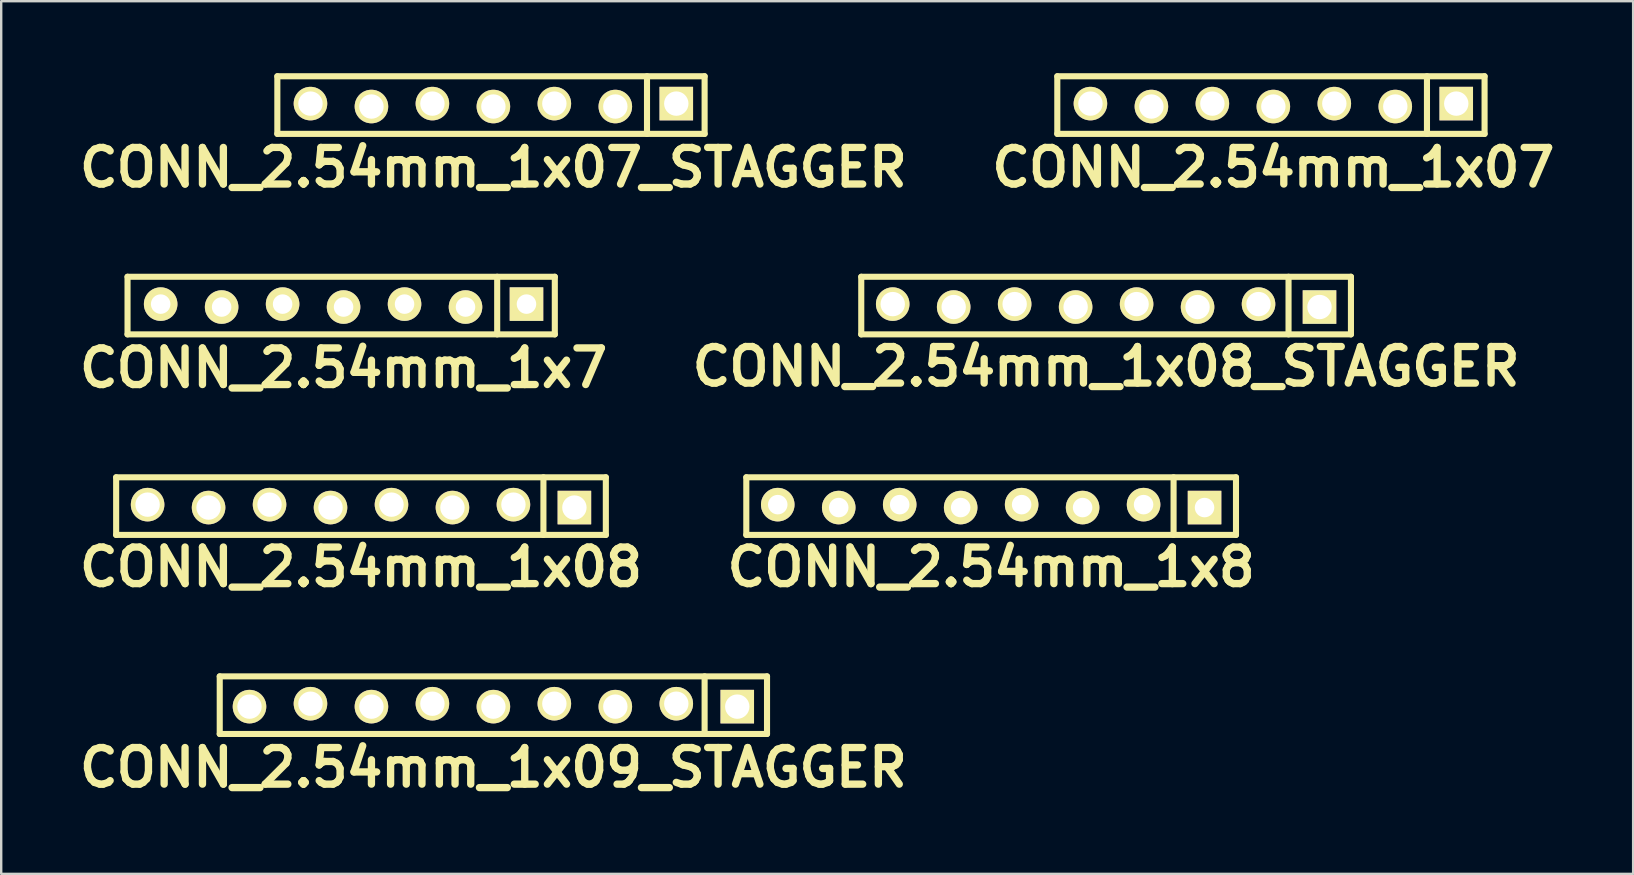
<source format=kicad_pcb>
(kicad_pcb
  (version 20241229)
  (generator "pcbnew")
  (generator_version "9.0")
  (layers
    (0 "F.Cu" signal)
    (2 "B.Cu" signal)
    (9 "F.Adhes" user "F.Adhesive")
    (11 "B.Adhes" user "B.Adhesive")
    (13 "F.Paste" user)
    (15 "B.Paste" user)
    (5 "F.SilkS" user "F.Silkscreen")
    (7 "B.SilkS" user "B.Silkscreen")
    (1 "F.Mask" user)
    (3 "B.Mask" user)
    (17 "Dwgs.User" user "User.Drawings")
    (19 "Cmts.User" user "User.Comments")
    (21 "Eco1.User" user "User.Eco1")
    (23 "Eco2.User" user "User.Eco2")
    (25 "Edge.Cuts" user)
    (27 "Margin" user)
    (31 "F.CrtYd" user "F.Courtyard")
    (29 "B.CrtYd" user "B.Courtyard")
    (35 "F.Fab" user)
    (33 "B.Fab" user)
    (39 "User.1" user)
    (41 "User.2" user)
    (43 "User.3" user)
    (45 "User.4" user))
  (footprint "CONN_2.54mm_1x07_STAGGER"
    (layer "F.Cu")
    (at 17.504 1.327)
    (property "Reference" "CONN_2.54mm_1x07_STAGGER" (at 0 2.6 0) (layer "F.SilkS") (effects (font (size 1.524 1.524) (thickness 0.305))))
    (attr through_hole)
    (fp_line (start -9 -1.2) (end -9 1.2) (stroke (width 0.254) (type solid)) (layer "F.SilkS"))
    (fp_line (start -9 1.2) (end 8.8 1.2) (stroke (width 0.254) (type solid)) (layer "F.SilkS"))
    (fp_line (start 6.4 1.2) (end 6.4 -1.2) (stroke (width 0.254) (type solid)) (layer "F.SilkS"))
    (fp_line (start 8.8 -1.2) (end -9 -1.2) (stroke (width 0.254) (type solid)) (layer "F.SilkS"))
    (fp_line (start 8.8 1.2) (end 8.8 -1.2) (stroke (width 0.254) (type solid)) (layer "F.SilkS"))
    (pad "1" thru_hole rect (at 7.62 -0.061) (size 1.397 1.397) (drill 1.016) (layers "*.Cu" "*.Mask" "F.SilkS"))
    (pad "2" thru_hole circle (at 5.08 0.061) (size 1.397 1.397) (drill 1.016) (layers "*.Cu" "*.Mask" "F.SilkS"))
    (pad "3" thru_hole circle (at 2.54 -0.061) (size 1.397 1.397) (drill 1.016) (layers "*.Cu" "*.Mask" "F.SilkS"))
    (pad "4" thru_hole circle (at 0 0.061) (size 1.397 1.397) (drill 1.016) (layers "*.Cu" "*.Mask" "F.SilkS"))
    (pad "5" thru_hole circle (at -2.54 -0.061) (size 1.397 1.397) (drill 1.016) (layers "*.Cu" "*.Mask" "F.SilkS"))
    (pad "6" thru_hole circle (at -5.08 0.061) (size 1.397 1.397) (drill 1.016) (layers "*.Cu" "*.Mask" "F.SilkS"))
    (pad "7" thru_hole circle (at -7.62 -0.061) (size 1.397 1.397) (drill 1.016) (layers "*.Cu" "*.Mask" "F.SilkS")))
  (footprint "CONN_2.54mm_1x09_STAGGER"
    (layer "F.Cu")
    (at 17.504 26.327)
    (property "Reference" "CONN_2.54mm_1x09_STAGGER" (at 0 2.6 0) (layer "F.SilkS") (effects (font (size 1.524 1.524) (thickness 0.305))))
    (attr through_hole)
    (fp_line (start -11.4 -1.2) (end -11.4 1.2) (stroke (width 0.254) (type solid)) (layer "F.SilkS"))
    (fp_line (start -11.4 1.2) (end 11.4 1.2) (stroke (width 0.254) (type solid)) (layer "F.SilkS"))
    (fp_line (start 8.8 1.2) (end 8.8 -1.2) (stroke (width 0.254) (type solid)) (layer "F.SilkS"))
    (fp_line (start 11.4 -1.2) (end -11.4 -1.2) (stroke (width 0.254) (type solid)) (layer "F.SilkS"))
    (fp_line (start 11.4 1.2) (end 11.4 -1.2) (stroke (width 0.254) (type solid)) (layer "F.SilkS"))
    (pad "1" thru_hole rect (at 10.16 0.061) (size 1.397 1.397) (drill 1.016) (layers "*.Cu" "*.Mask" "F.SilkS"))
    (pad "2" thru_hole circle (at 7.62 -0.061) (size 1.397 1.397) (drill 1.016) (layers "*.Cu" "*.Mask" "F.SilkS"))
    (pad "3" thru_hole circle (at 5.08 0.061) (size 1.397 1.397) (drill 1.016) (layers "*.Cu" "*.Mask" "F.SilkS"))
    (pad "4" thru_hole circle (at 2.54 -0.061) (size 1.397 1.397) (drill 1.016) (layers "*.Cu" "*.Mask" "F.SilkS"))
    (pad "5" thru_hole circle (at 0 0.061) (size 1.397 1.397) (drill 1.016) (layers "*.Cu" "*.Mask" "F.SilkS"))
    (pad "6" thru_hole circle (at -2.54 -0.061) (size 1.397 1.397) (drill 1.016) (layers "*.Cu" "*.Mask" "F.SilkS"))
    (pad "7" thru_hole circle (at -5.08 0.061) (size 1.397 1.397) (drill 1.016) (layers "*.Cu" "*.Mask" "F.SilkS"))
    (pad "8" thru_hole circle (at -7.62 -0.061) (size 1.397 1.397) (drill 1.016) (layers "*.Cu" "*.Mask" "F.SilkS"))
    (pad "9" thru_hole circle (at -10.16 0.061) (size 1.397 1.397) (drill 1.016) (layers "*.Cu" "*.Mask" "F.SilkS")))
  (footprint "CONN_2.54mm_1x08_STAGGER"
    (layer "F.Cu")
    (at 43.03 9.68)
    (property "Reference" "CONN_2.54mm_1x08_STAGGER" (at 0 2.54 0) (layer "F.SilkS") (effects (font (size 1.524 1.524) (thickness 0.305))))
    (attr through_hole)
    (fp_line (start -10.2 1.2) (end -10.2 -1.2) (stroke (width 0.254) (type solid)) (layer "F.SilkS"))
    (fp_line (start -10.2 1.2) (end 10.2 1.2) (stroke (width 0.254) (type solid)) (layer "F.SilkS"))
    (fp_line (start 7.6 -1.2) (end 7.6 1.2) (stroke (width 0.254) (type solid)) (layer "F.SilkS"))
    (fp_line (start 10.2 -1.2) (end -10.2 -1.2) (stroke (width 0.254) (type solid)) (layer "F.SilkS"))
    (fp_line (start 10.2 1.2) (end 10.2 -1.2) (stroke (width 0.254) (type solid)) (layer "F.SilkS"))
    (pad "1" thru_hole rect (at 8.89 0.061) (size 1.397 1.397) (drill 1.016) (layers "*.Cu" "*.Mask" "F.SilkS"))
    (pad "2" thru_hole circle (at 6.35 -0.061) (size 1.397 1.397) (drill 1.016) (layers "*.Cu" "*.Mask" "F.SilkS"))
    (pad "3" thru_hole circle (at 3.81 0.061) (size 1.397 1.397) (drill 1.016) (layers "*.Cu" "*.Mask" "F.SilkS"))
    (pad "4" thru_hole circle (at 1.27 -0.061) (size 1.397 1.397) (drill 1.016) (layers "*.Cu" "*.Mask" "F.SilkS"))
    (pad "5" thru_hole circle (at -1.27 0.061) (size 1.397 1.397) (drill 1.016) (layers "*.Cu" "*.Mask" "F.SilkS"))
    (pad "6" thru_hole circle (at -3.81 -0.061) (size 1.397 1.397) (drill 1.016) (layers "*.Cu" "*.Mask" "F.SilkS"))
    (pad "7" thru_hole circle (at -6.35 0.061) (size 1.397 1.397) (drill 1.016) (layers "*.Cu" "*.Mask" "F.SilkS"))
    (pad "8" thru_hole circle (at -8.89 -0.061) (size 1.397 1.397) (drill 1.016) (layers "*.Cu" "*.Mask" "F.SilkS")))
  (footprint "CONN_2.54mm_1x8"
    (layer "F.Cu")
    (at 38.241 18.034)
    (property "Reference" "CONN_2.54mm_1x8" (at 0 2.54 0) (layer "F.SilkS") (effects (font (size 1.524 1.524) (thickness 0.305))))
    (attr through_hole)
    (fp_line (start -10.2 1.2) (end -10.2 -1.2) (stroke (width 0.254) (type solid)) (layer "F.SilkS"))
    (fp_line (start -10.2 1.2) (end 10.2 1.2) (stroke (width 0.254) (type solid)) (layer "F.SilkS"))
    (fp_line (start 7.6 -1.2) (end 7.6 1.2) (stroke (width 0.254) (type solid)) (layer "F.SilkS"))
    (fp_line (start 10.2 -1.2) (end -10.2 -1.2) (stroke (width 0.254) (type solid)) (layer "F.SilkS"))
    (fp_line (start 10.2 1.2) (end 10.2 -1.2) (stroke (width 0.254) (type solid)) (layer "F.SilkS"))
    (pad "1" thru_hole rect (at 8.89 0.061) (size 1.397 1.397) (drill 0.813) (layers "*.Cu" "*.Mask" "F.SilkS"))
    (pad "2" thru_hole circle (at 6.35 -0.061) (size 1.397 1.397) (drill 0.813) (layers "*.Cu" "*.Mask" "F.SilkS"))
    (pad "3" thru_hole circle (at 3.81 0.061) (size 1.397 1.397) (drill 0.813) (layers "*.Cu" "*.Mask" "F.SilkS"))
    (pad "4" thru_hole circle (at 1.27 -0.061) (size 1.397 1.397) (drill 0.813) (layers "*.Cu" "*.Mask" "F.SilkS"))
    (pad "5" thru_hole circle (at -1.27 0.061) (size 1.397 1.397) (drill 0.813) (layers "*.Cu" "*.Mask" "F.SilkS"))
    (pad "6" thru_hole circle (at -3.81 -0.061) (size 1.397 1.397) (drill 0.813) (layers "*.Cu" "*.Mask" "F.SilkS"))
    (pad "7" thru_hole circle (at -6.35 0.061) (size 1.397 1.397) (drill 0.813) (layers "*.Cu" "*.Mask" "F.SilkS"))
    (pad "8" thru_hole circle (at -8.89 -0.061) (size 1.397 1.397) (drill 0.813) (layers "*.Cu" "*.Mask" "F.SilkS")))
  (footprint "CONN_2.54mm_1x08"
    (layer "F.Cu")
    (at 11.989 18.034)
    (property "Reference" "CONN_2.54mm_1x08" (at 0 2.54 0) (layer "F.SilkS") (effects (font (size 1.524 1.524) (thickness 0.305))))
    (attr through_hole)
    (fp_line (start -10.2 1.2) (end -10.2 -1.2) (stroke (width 0.254) (type solid)) (layer "F.SilkS"))
    (fp_line (start -10.2 1.2) (end 10.2 1.2) (stroke (width 0.254) (type solid)) (layer "F.SilkS"))
    (fp_line (start 7.6 -1.2) (end 7.6 1.2) (stroke (width 0.254) (type solid)) (layer "F.SilkS"))
    (fp_line (start 10.2 -1.2) (end -10.2 -1.2) (stroke (width 0.254) (type solid)) (layer "F.SilkS"))
    (fp_line (start 10.2 1.2) (end 10.2 -1.2) (stroke (width 0.254) (type solid)) (layer "F.SilkS"))
    (pad "1" thru_hole rect (at 8.89 0.061) (size 1.397 1.397) (drill 1.016) (layers "*.Cu" "*.Mask" "F.SilkS"))
    (pad "2" thru_hole circle (at 6.35 -0.061) (size 1.397 1.397) (drill 1.016) (layers "*.Cu" "*.Mask" "F.SilkS"))
    (pad "3" thru_hole circle (at 3.81 0.061) (size 1.397 1.397) (drill 1.016) (layers "*.Cu" "*.Mask" "F.SilkS"))
    (pad "4" thru_hole circle (at 1.27 -0.061) (size 1.397 1.397) (drill 1.016) (layers "*.Cu" "*.Mask" "F.SilkS"))
    (pad "5" thru_hole circle (at -1.27 0.061) (size 1.397 1.397) (drill 1.016) (layers "*.Cu" "*.Mask" "F.SilkS"))
    (pad "6" thru_hole circle (at -3.81 -0.061) (size 1.397 1.397) (drill 1.016) (layers "*.Cu" "*.Mask" "F.SilkS"))
    (pad "7" thru_hole circle (at -6.35 0.061) (size 1.397 1.397) (drill 1.016) (layers "*.Cu" "*.Mask" "F.SilkS"))
    (pad "8" thru_hole circle (at -8.89 -0.061) (size 1.397 1.397) (drill 1.016) (layers "*.Cu" "*.Mask" "F.SilkS")))
  (footprint "CONN_2.54mm_1x7"
    (layer "F.Cu")
    (at 11.263 9.68)
    (property "Reference" "CONN_2.54mm_1x7" (at 0 2.6 0) (layer "F.SilkS") (effects (font (size 1.524 1.524) (thickness 0.305))))
    (attr through_hole)
    (fp_line (start -9 -1.2) (end -9 1.2) (stroke (width 0.254) (type solid)) (layer "F.SilkS"))
    (fp_line (start -9 1.2) (end 8.8 1.2) (stroke (width 0.254) (type solid)) (layer "F.SilkS"))
    (fp_line (start 6.4 1.2) (end 6.4 -1.2) (stroke (width 0.254) (type solid)) (layer "F.SilkS"))
    (fp_line (start 8.8 -1.2) (end -9 -1.2) (stroke (width 0.254) (type solid)) (layer "F.SilkS"))
    (fp_line (start 8.8 1.2) (end 8.8 -1.2) (stroke (width 0.254) (type solid)) (layer "F.SilkS"))
    (pad "1" thru_hole rect (at 7.62 -0.061) (size 1.397 1.397) (drill 0.813) (layers "*.Cu" "*.Mask" "F.SilkS"))
    (pad "2" thru_hole circle (at 5.08 0.061) (size 1.397 1.397) (drill 0.813) (layers "*.Cu" "*.Mask" "F.SilkS"))
    (pad "3" thru_hole circle (at 2.54 -0.061) (size 1.397 1.397) (drill 0.813) (layers "*.Cu" "*.Mask" "F.SilkS"))
    (pad "4" thru_hole circle (at 0 0.061) (size 1.397 1.397) (drill 0.813) (layers "*.Cu" "*.Mask" "F.SilkS"))
    (pad "5" thru_hole circle (at -2.54 -0.061) (size 1.397 1.397) (drill 0.813) (layers "*.Cu" "*.Mask" "F.SilkS"))
    (pad "6" thru_hole circle (at -5.08 0.061) (size 1.397 1.397) (drill 0.813) (layers "*.Cu" "*.Mask" "F.SilkS"))
    (pad "7" thru_hole circle (at -7.62 -0.061) (size 1.397 1.397) (drill 0.813) (layers "*.Cu" "*.Mask" "F.SilkS")))
  (footprint "CONN_2.54mm_1x07"
    (layer "F.Cu")
    (at 49.997 1.327)
    (property "Reference" "CONN_2.54mm_1x07" (at 0 2.6 0) (layer "F.SilkS") (effects (font (size 1.524 1.524) (thickness 0.305))))
    (attr through_hole)
    (fp_line (start -9 -1.2) (end -9 1.2) (stroke (width 0.254) (type solid)) (layer "F.SilkS"))
    (fp_line (start -9 1.2) (end 8.8 1.2) (stroke (width 0.254) (type solid)) (layer "F.SilkS"))
    (fp_line (start 6.4 1.2) (end 6.4 -1.2) (stroke (width 0.254) (type solid)) (layer "F.SilkS"))
    (fp_line (start 8.8 -1.2) (end -9 -1.2) (stroke (width 0.254) (type solid)) (layer "F.SilkS"))
    (fp_line (start 8.8 1.2) (end 8.8 -1.2) (stroke (width 0.254) (type solid)) (layer "F.SilkS"))
    (pad "1" thru_hole rect (at 7.62 -0.061) (size 1.397 1.397) (drill 1.016) (layers "*.Cu" "*.Mask" "F.SilkS"))
    (pad "2" thru_hole circle (at 5.08 0.061) (size 1.397 1.397) (drill 1.016) (layers "*.Cu" "*.Mask" "F.SilkS"))
    (pad "3" thru_hole circle (at 2.54 -0.061) (size 1.397 1.397) (drill 1.016) (layers "*.Cu" "*.Mask" "F.SilkS"))
    (pad "4" thru_hole circle (at 0 0.061) (size 1.397 1.397) (drill 1.016) (layers "*.Cu" "*.Mask" "F.SilkS"))
    (pad "5" thru_hole circle (at -2.54 -0.061) (size 1.397 1.397) (drill 1.016) (layers "*.Cu" "*.Mask" "F.SilkS"))
    (pad "6" thru_hole circle (at -5.08 0.061) (size 1.397 1.397) (drill 1.016) (layers "*.Cu" "*.Mask" "F.SilkS"))
    (pad "7" thru_hole circle (at -7.62 -0.061) (size 1.397 1.397) (drill 1.016) (layers "*.Cu" "*.Mask" "F.SilkS")))
  (gr_rect
    (start -3 -3)
    (end 64.986 33.354)
    (stroke (width 0.1) (type default))
    (fill no)
    (layer "Edge.Cuts")))
</source>
